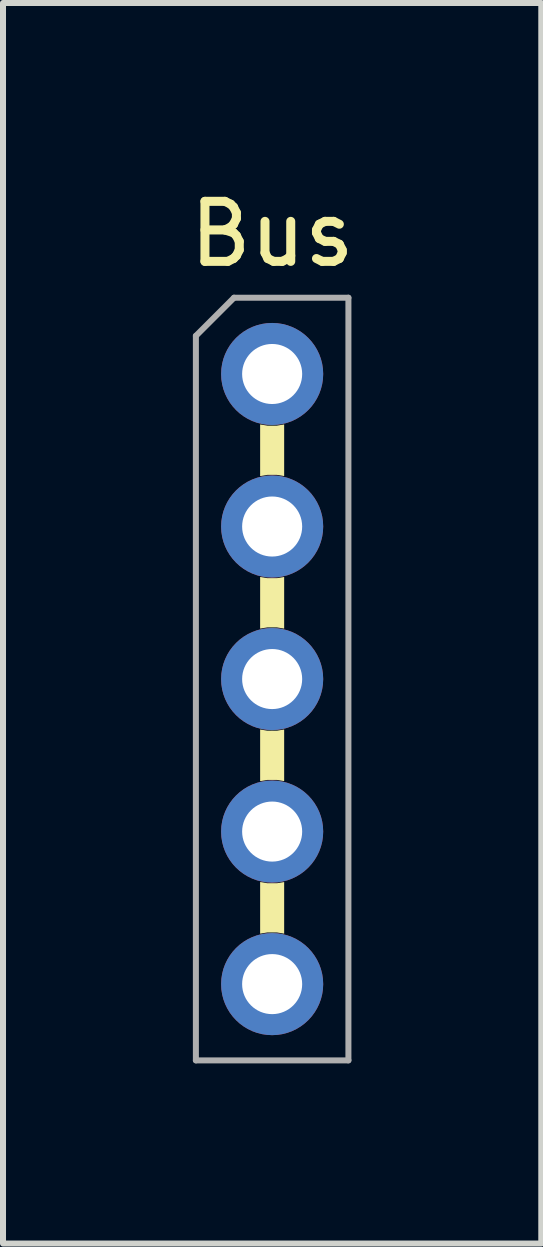
<source format=kicad_pcb>
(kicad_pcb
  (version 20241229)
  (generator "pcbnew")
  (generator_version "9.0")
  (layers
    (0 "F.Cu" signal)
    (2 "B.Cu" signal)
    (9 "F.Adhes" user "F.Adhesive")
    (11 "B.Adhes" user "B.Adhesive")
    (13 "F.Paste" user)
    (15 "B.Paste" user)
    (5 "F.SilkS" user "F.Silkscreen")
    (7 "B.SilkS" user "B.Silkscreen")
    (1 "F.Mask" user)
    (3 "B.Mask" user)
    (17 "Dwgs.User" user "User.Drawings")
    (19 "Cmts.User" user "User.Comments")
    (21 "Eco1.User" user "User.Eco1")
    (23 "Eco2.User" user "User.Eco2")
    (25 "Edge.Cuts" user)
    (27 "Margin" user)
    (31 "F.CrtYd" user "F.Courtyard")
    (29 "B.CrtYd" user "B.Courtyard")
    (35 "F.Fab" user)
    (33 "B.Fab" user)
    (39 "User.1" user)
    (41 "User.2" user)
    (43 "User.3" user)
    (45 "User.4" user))
  (footprint "Bus"
    (layer "F.Cu")
    (at 1.482 3.178)
    (property "Reference" "Bus" (at 0 -2.33 0) (layer "F.SilkS") (effects (font (size 1 1) (thickness 0.15))))
    (attr through_hole)
    (fp_poly (pts (xy 0.2 1.7) (xy 0.08 1.68) (xy 0 1.68) (xy -0.08 1.68) (xy -0.2 1.7) (xy -0.2 0.84) (xy -0.08 0.86) (xy 0 0.86) (xy 0.08 0.86) (xy 0.2 0.84)) (stroke (width 0) (type solid)) (fill yes) (layer "F.SilkS"))
    (fp_poly (pts (xy 0.2 4.24) (xy 0.08 4.22) (xy 0 4.22) (xy -0.08 4.22) (xy -0.2 4.24) (xy -0.2 3.38) (xy -0.08 3.4) (xy 0 3.4) (xy 0.08 3.4) (xy 0.2 3.38)) (stroke (width 0) (type solid)) (fill yes) (layer "F.SilkS"))
    (fp_poly (pts (xy 0.2 6.78) (xy 0.08 6.76) (xy 0 6.76) (xy -0.08 6.76) (xy -0.2 6.78) (xy -0.2 5.92) (xy -0.08 5.94) (xy 0 5.94) (xy 0.08 5.94) (xy 0.2 5.92)) (stroke (width 0) (type solid)) (fill yes) (layer "F.SilkS"))
    (fp_poly (pts (xy 0.2 9.32) (xy 0.08 9.3) (xy 0 9.3) (xy -0.08 9.3) (xy -0.2 9.32) (xy -0.2 8.46) (xy -0.08 8.48) (xy 0 8.48) (xy 0.08 8.48) (xy 0.2 8.46)) (stroke (width 0) (type solid)) (fill yes) (layer "F.SilkS"))
    (fp_line (start -1.27 -0.635) (end -1.27 11.43) (stroke (width 0.1) (type solid)) (layer "F.Fab"))
    (fp_line (start -1.27 11.43) (end 1.27 11.43) (stroke (width 0.1) (type solid)) (layer "F.Fab"))
    (fp_line (start -0.635 -1.27) (end -1.27 -0.635) (stroke (width 0.1) (type solid)) (layer "F.Fab"))
    (fp_line (start 1.27 -1.27) (end -0.635 -1.27) (stroke (width 0.1) (type solid)) (layer "F.Fab"))
    (fp_line (start 1.27 11.43) (end 1.27 -1.27) (stroke (width 0.1) (type solid)) (layer "F.Fab"))
    (pad "1" thru_hole circle (at 0 0) (size 1.7 1.7) (drill 1) (layers "*.Cu" "*.Mask"))
    (pad "2" thru_hole oval (at 0 2.54) (size 1.7 1.7) (drill 1) (layers "*.Cu" "*.Mask"))
    (pad "3" thru_hole oval (at 0 5.08) (size 1.7 1.7) (drill 1) (layers "*.Cu" "*.Mask"))
    (pad "4" thru_hole oval (at 0 7.62) (size 1.7 1.7) (drill 1) (layers "*.Cu" "*.Mask"))
    (pad "5" thru_hole oval (at 0 10.16) (size 1.7 1.7) (drill 1) (layers "*.Cu" "*.Mask")))
  (gr_rect
    (start -3 -3)
    (end 5.964 17.658)
    (stroke (width 0.1) (type default))
    (fill no)
    (layer "Edge.Cuts")))
</source>
